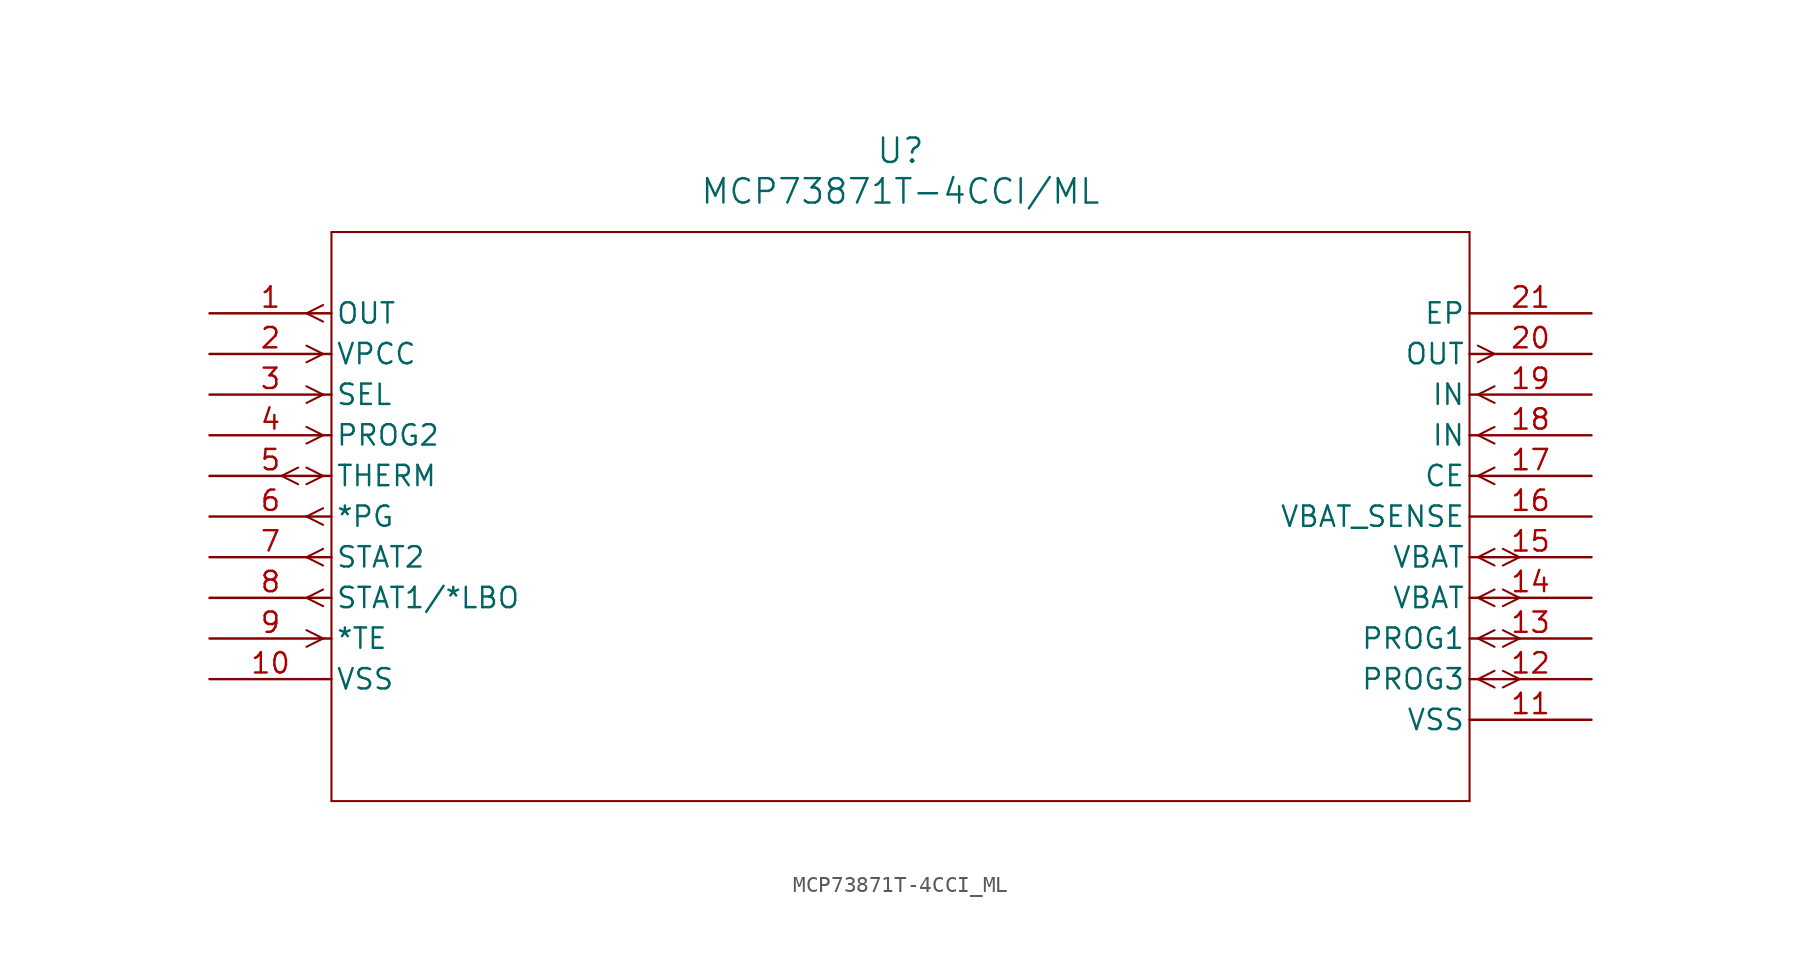
<source format=kicad_sym>
(kicad_symbol_lib
  (version 20211014)
  (generator kicad_symbol_editor)
  (symbol "MCP73871T-4CCI_ML"
    (pin_names
      (offset 0.254))
    (property "Reference" "U"
      (at 43.18 10.16 0)
      (effects (font (size 1.524 1.524))))
    (property "Value" "MCP73871T-4CCI/ML"
      (at 43.18 7.62 0)
      (effects (font (size 1.524 1.524))))
    (symbol "MCP73871T-4CCI_ML_0_1"
      (polyline (pts (xy 7.099 0.521) (xy 6.058 0)) (stroke (width 0.127) (type default) (color 0 0 0 0)) (fill (type none)))
      (polyline (pts (xy 7.099 -0.521) (xy 6.058 0)) (stroke (width 0.127) (type default) (color 0 0 0 0)) (fill (type none)))
      (polyline (pts (xy 7.099 -2.54) (xy 6.058 -2.019)) (stroke (width 0.127) (type default) (color 0 0 0 0)) (fill (type none)))
      (polyline (pts (xy 7.099 -2.54) (xy 6.058 -3.061)) (stroke (width 0.127) (type default) (color 0 0 0 0)) (fill (type none)))
      (polyline (pts (xy 7.099 -5.08) (xy 6.058 -4.559)) (stroke (width 0.127) (type default) (color 0 0 0 0)) (fill (type none)))
      (polyline (pts (xy 7.099 -5.08) (xy 6.058 -5.601)) (stroke (width 0.127) (type default) (color 0 0 0 0)) (fill (type none)))
      (polyline (pts (xy 7.099 -7.62) (xy 6.058 -7.099)) (stroke (width 0.127) (type default) (color 0 0 0 0)) (fill (type none)))
      (polyline (pts (xy 7.099 -7.62) (xy 6.058 -8.141)) (stroke (width 0.127) (type default) (color 0 0 0 0)) (fill (type none)))
      (polyline (pts (xy 7.099 -10.16) (xy 6.058 -9.639)) (stroke (width 0.127) (type default) (color 0 0 0 0)) (fill (type none)))
      (polyline (pts (xy 7.099 -10.16) (xy 6.058 -10.681)) (stroke (width 0.127) (type default) (color 0 0 0 0)) (fill (type none)))
      (polyline (pts (xy 5.537 -9.639) (xy 4.496 -10.16)) (stroke (width 0.127) (type default) (color 0 0 0 0)) (fill (type none)))
      (polyline (pts (xy 5.537 -10.681) (xy 4.496 -10.16)) (stroke (width 0.127) (type default) (color 0 0 0 0)) (fill (type none)))
      (polyline (pts (xy 7.099 -12.179) (xy 6.058 -12.7)) (stroke (width 0.127) (type default) (color 0 0 0 0)) (fill (type none)))
      (polyline (pts (xy 7.099 -13.221) (xy 6.058 -12.7)) (stroke (width 0.127) (type default) (color 0 0 0 0)) (fill (type none)))
      (polyline (pts (xy 7.099 -14.719) (xy 6.058 -15.24)) (stroke (width 0.127) (type default) (color 0 0 0 0)) (fill (type none)))
      (polyline (pts (xy 7.099 -15.761) (xy 6.058 -15.24)) (stroke (width 0.127) (type default) (color 0 0 0 0)) (fill (type none)))
      (polyline (pts (xy 7.099 -17.259) (xy 6.058 -17.78)) (stroke (width 0.127) (type default) (color 0 0 0 0)) (fill (type none)))
      (polyline (pts (xy 7.099 -18.301) (xy 6.058 -17.78)) (stroke (width 0.127) (type default) (color 0 0 0 0)) (fill (type none)))
      (polyline (pts (xy 7.099 -20.32) (xy 6.058 -19.799)) (stroke (width 0.127) (type default) (color 0 0 0 0)) (fill (type none)))
      (polyline (pts (xy 7.099 -20.32) (xy 6.058 -20.841)) (stroke (width 0.127) (type default) (color 0 0 0 0)) (fill (type none)))
      (polyline (pts (xy 79.261 -22.86) (xy 80.302 -22.339)) (stroke (width 0.127) (type default) (color 0 0 0 0)) (fill (type none)))
      (polyline (pts (xy 79.261 -22.86) (xy 80.302 -23.381)) (stroke (width 0.127) (type default) (color 0 0 0 0)) (fill (type none)))
      (polyline (pts (xy 80.823 -22.339) (xy 81.864 -22.86)) (stroke (width 0.127) (type default) (color 0 0 0 0)) (fill (type none)))
      (polyline (pts (xy 80.823 -23.381) (xy 81.864 -22.86)) (stroke (width 0.127) (type default) (color 0 0 0 0)) (fill (type none)))
      (polyline (pts (xy 79.261 -20.32) (xy 80.302 -19.799)) (stroke (width 0.127) (type default) (color 0 0 0 0)) (fill (type none)))
      (polyline (pts (xy 79.261 -20.32) (xy 80.302 -20.841)) (stroke (width 0.127) (type default) (color 0 0 0 0)) (fill (type none)))
      (polyline (pts (xy 80.823 -19.799) (xy 81.864 -20.32)) (stroke (width 0.127) (type default) (color 0 0 0 0)) (fill (type none)))
      (polyline (pts (xy 80.823 -20.841) (xy 81.864 -20.32)) (stroke (width 0.127) (type default) (color 0 0 0 0)) (fill (type none)))
      (polyline (pts (xy 79.261 -17.78) (xy 80.302 -17.259)) (stroke (width 0.127) (type default) (color 0 0 0 0)) (fill (type none)))
      (polyline (pts (xy 79.261 -17.78) (xy 80.302 -18.301)) (stroke (width 0.127) (type default) (color 0 0 0 0)) (fill (type none)))
      (polyline (pts (xy 80.823 -17.259) (xy 81.864 -17.78)) (stroke (width 0.127) (type default) (color 0 0 0 0)) (fill (type none)))
      (polyline (pts (xy 80.823 -18.301) (xy 81.864 -17.78)) (stroke (width 0.127) (type default) (color 0 0 0 0)) (fill (type none)))
      (polyline (pts (xy 79.261 -15.24) (xy 80.302 -14.719)) (stroke (width 0.127) (type default) (color 0 0 0 0)) (fill (type none)))
      (polyline (pts (xy 79.261 -15.24) (xy 80.302 -15.761)) (stroke (width 0.127) (type default) (color 0 0 0 0)) (fill (type none)))
      (polyline (pts (xy 80.823 -14.719) (xy 81.864 -15.24)) (stroke (width 0.127) (type default) (color 0 0 0 0)) (fill (type none)))
      (polyline (pts (xy 80.823 -15.761) (xy 81.864 -15.24)) (stroke (width 0.127) (type default) (color 0 0 0 0)) (fill (type none)))
      (polyline (pts (xy 79.261 -10.16) (xy 80.302 -9.639)) (stroke (width 0.127) (type default) (color 0 0 0 0)) (fill (type none)))
      (polyline (pts (xy 79.261 -10.16) (xy 80.302 -10.681)) (stroke (width 0.127) (type default) (color 0 0 0 0)) (fill (type none)))
      (polyline (pts (xy 79.261 -7.62) (xy 80.302 -7.099)) (stroke (width 0.127) (type default) (color 0 0 0 0)) (fill (type none)))
      (polyline (pts (xy 79.261 -7.62) (xy 80.302 -8.141)) (stroke (width 0.127) (type default) (color 0 0 0 0)) (fill (type none)))
      (polyline (pts (xy 79.261 -5.08) (xy 80.302 -4.559)) (stroke (width 0.127) (type default) (color 0 0 0 0)) (fill (type none)))
      (polyline (pts (xy 79.261 -5.08) (xy 80.302 -5.601)) (stroke (width 0.127) (type default) (color 0 0 0 0)) (fill (type none)))
      (polyline (pts (xy 79.261 -2.019) (xy 80.302 -2.54)) (stroke (width 0.127) (type default) (color 0 0 0 0)) (fill (type none)))
      (polyline (pts (xy 79.261 -3.061) (xy 80.302 -2.54)) (stroke (width 0.127) (type default) (color 0 0 0 0)) (fill (type none)))
      (polyline (pts (xy 7.62 5.08) (xy 7.62 -30.48)) (stroke (width 0.127) (type default) (color 0 0 0 0)) (fill (type none)))
      (polyline (pts (xy 7.62 -30.48) (xy 78.74 -30.48)) (stroke (width 0.127) (type default) (color 0 0 0 0)) (fill (type none)))
      (polyline (pts (xy 78.74 -30.48) (xy 78.74 5.08)) (stroke (width 0.127) (type default) (color 0 0 0 0)) (fill (type none)))
      (polyline (pts (xy 78.74 5.08) (xy 7.62 5.08)) (stroke (width 0.127) (type default) (color 0 0 0 0)) (fill (type none)))
      (pin output line (at 0 0 0) (length 7.62) (name "OUT" (effects (font (size 1.27 1.27)))) (number "1" (effects (font (size 1.27 1.27)))))
      (pin input line (at 0 -2.54 0) (length 7.62) (name "VPCC" (effects (font (size 1.27 1.27)))) (number "2" (effects (font (size 1.27 1.27)))))
      (pin input line (at 0 -5.08 0) (length 7.62) (name "SEL" (effects (font (size 1.27 1.27)))) (number "3" (effects (font (size 1.27 1.27)))))
      (pin input line (at 0 -7.62 0) (length 7.62) (name "PROG2" (effects (font (size 1.27 1.27)))) (number "4" (effects (font (size 1.27 1.27)))))
      (pin bidirectional line (at 0 -10.16 0) (length 7.62) (name "THERM" (effects (font (size 1.27 1.27)))) (number "5" (effects (font (size 1.27 1.27)))))
      (pin output line (at 0 -12.7 0) (length 7.62) (name "*PG" (effects (font (size 1.27 1.27)))) (number "6" (effects (font (size 1.27 1.27)))))
      (pin output line (at 0 -15.24 0) (length 7.62) (name "STAT2" (effects (font (size 1.27 1.27)))) (number "7" (effects (font (size 1.27 1.27)))))
      (pin output line (at 0 -17.78 0) (length 7.62) (name "STAT1/*LBO" (effects (font (size 1.27 1.27)))) (number "8" (effects (font (size 1.27 1.27)))))
      (pin input line (at 0 -20.32 0) (length 7.62) (name "*TE" (effects (font (size 1.27 1.27)))) (number "9" (effects (font (size 1.27 1.27)))))
      (pin power_in line (at 0 -22.86 0) (length 7.62) (name "VSS" (effects (font (size 1.27 1.27)))) (number "10" (effects (font (size 1.27 1.27)))))
      (pin power_in line (at 86.36 -25.4 180) (length 7.62) (name "VSS" (effects (font (size 1.27 1.27)))) (number "11" (effects (font (size 1.27 1.27)))))
      (pin bidirectional line (at 86.36 -22.86 180) (length 7.62) (name "PROG3" (effects (font (size 1.27 1.27)))) (number "12" (effects (font (size 1.27 1.27)))))
      (pin bidirectional line (at 86.36 -20.32 180) (length 7.62) (name "PROG1" (effects (font (size 1.27 1.27)))) (number "13" (effects (font (size 1.27 1.27)))))
      (pin bidirectional line (at 86.36 -17.78 180) (length 7.62) (name "VBAT" (effects (font (size 1.27 1.27)))) (number "14" (effects (font (size 1.27 1.27)))))
      (pin bidirectional line (at 86.36 -15.24 180) (length 7.62) (name "VBAT" (effects (font (size 1.27 1.27)))) (number "15" (effects (font (size 1.27 1.27)))))
      (pin unspecified line (at 86.36 -12.7 180) (length 7.62) (name "VBAT_SENSE" (effects (font (size 1.27 1.27)))) (number "16" (effects (font (size 1.27 1.27)))))
      (pin input line (at 86.36 -10.16 180) (length 7.62) (name "CE" (effects (font (size 1.27 1.27)))) (number "17" (effects (font (size 1.27 1.27)))))
      (pin input line (at 86.36 -7.62 180) (length 7.62) (name "IN" (effects (font (size 1.27 1.27)))) (number "18" (effects (font (size 1.27 1.27)))))
      (pin input line (at 86.36 -5.08 180) (length 7.62) (name "IN" (effects (font (size 1.27 1.27)))) (number "19" (effects (font (size 1.27 1.27)))))
      (pin output line (at 86.36 -2.54 180) (length 7.62) (name "OUT" (effects (font (size 1.27 1.27)))) (number "20" (effects (font (size 1.27 1.27)))))
      (pin unspecified line (at 86.36 0 180) (length 7.62) (name "EP" (effects (font (size 1.27 1.27)))) (number "21" (effects (font (size 1.27 1.27))))))))
</source>
